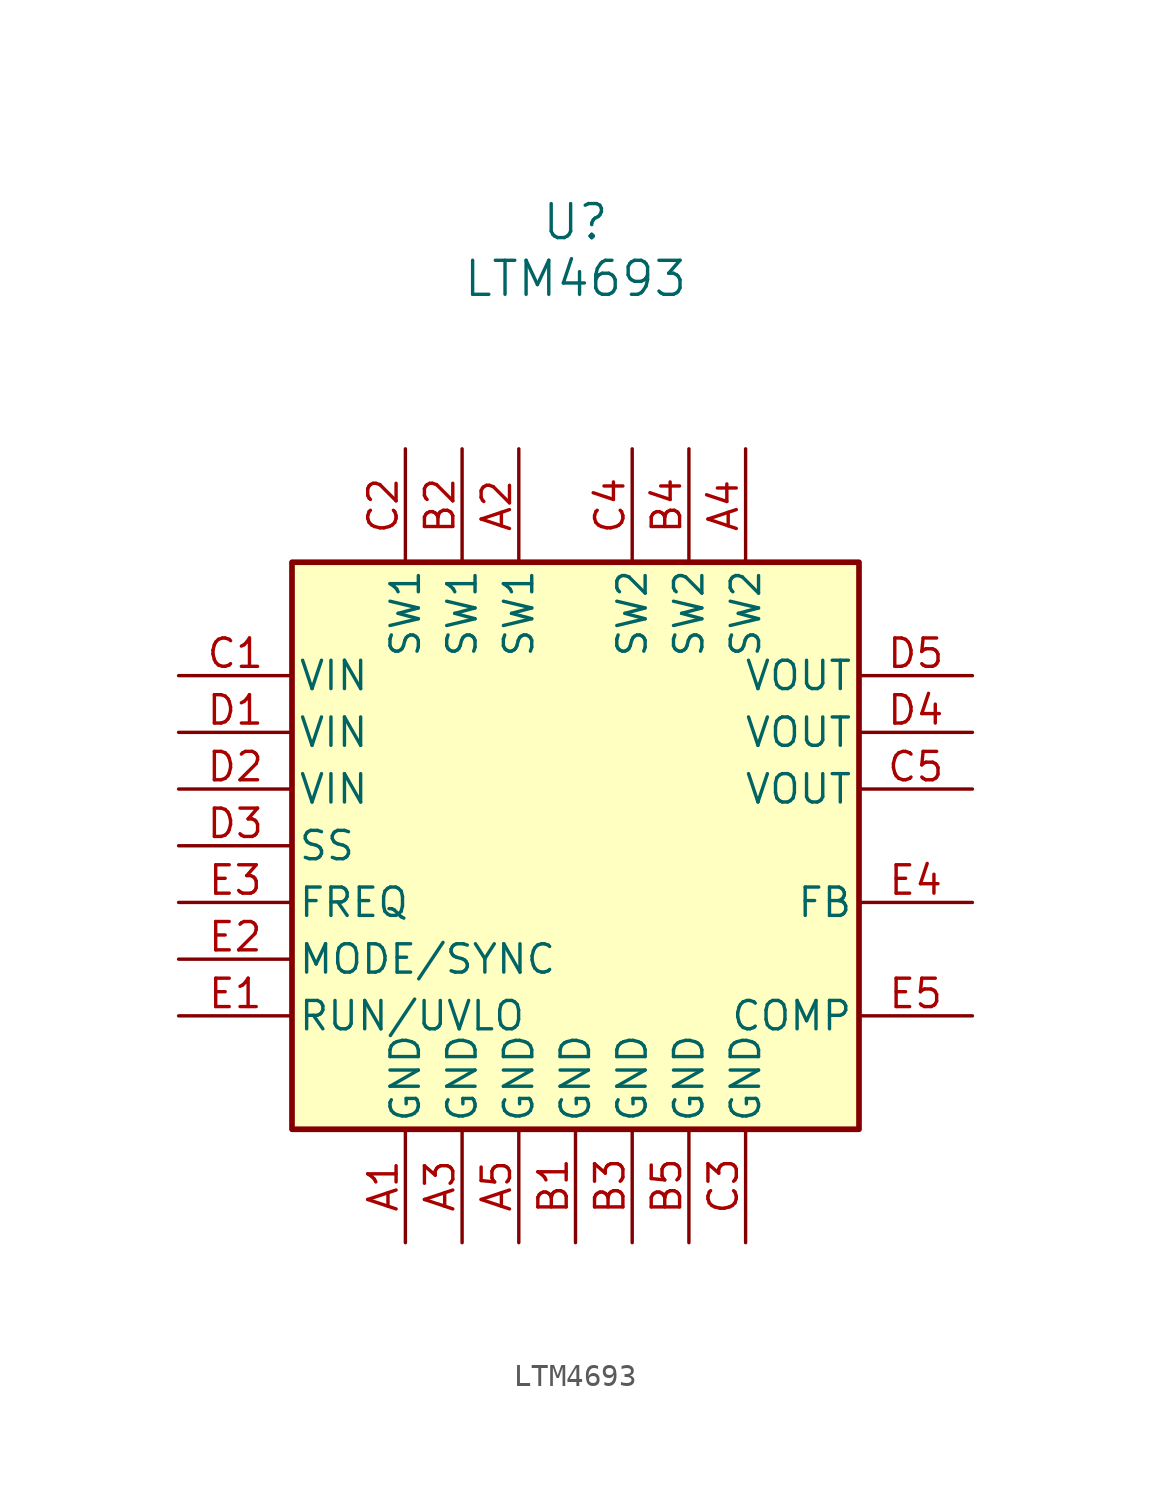
<source format=kicad_sym>
(kicad_symbol_lib
  (version 20231120)
  (generator "kicad_symbol_editor")
  (generator_version "8.0")
  (symbol "LTM4693"
    (pin_names
      (offset 0.254))
    (property "Reference" "U"
      (at 0 27.94 0)
      (effects (font (size 1.524 1.524))))
    (property "Value" "LTM4693"
      (at 0 25.4 0)
      (effects (font (size 1.524 1.524))))
    (symbol "LTM4693_0_1"
      (pin power_out line (at -7.62 -17.78 90) (length 5.08) (name "GND" (effects (font (size 1.27 1.27)))) (number "A1" (effects (font (size 1.27 1.27)))))
      (pin bidirectional line (at -2.54 17.78 270) (length 5.08) (name "SW1" (effects (font (size 1.27 1.27)))) (number "A2" (effects (font (size 1.27 1.27)))))
      (pin power_out line (at -5.08 -17.78 90) (length 5.08) (name "GND" (effects (font (size 1.27 1.27)))) (number "A3" (effects (font (size 1.27 1.27)))))
      (pin bidirectional line (at 7.62 17.78 270) (length 5.08) (name "SW2" (effects (font (size 1.27 1.27)))) (number "A4" (effects (font (size 1.27 1.27)))))
      (pin power_out line (at -2.54 -17.78 90) (length 5.08) (name "GND" (effects (font (size 1.27 1.27)))) (number "A5" (effects (font (size 1.27 1.27)))))
      (pin power_out line (at 0 -17.78 90) (length 5.08) (name "GND" (effects (font (size 1.27 1.27)))) (number "B1" (effects (font (size 1.27 1.27)))))
      (pin bidirectional line (at -5.08 17.78 270) (length 5.08) (name "SW1" (effects (font (size 1.27 1.27)))) (number "B2" (effects (font (size 1.27 1.27)))))
      (pin power_out line (at 2.54 -17.78 90) (length 5.08) (name "GND" (effects (font (size 1.27 1.27)))) (number "B3" (effects (font (size 1.27 1.27)))))
      (pin bidirectional line (at 5.08 17.78 270) (length 5.08) (name "SW2" (effects (font (size 1.27 1.27)))) (number "B4" (effects (font (size 1.27 1.27)))))
      (pin power_out line (at 5.08 -17.78 90) (length 5.08) (name "GND" (effects (font (size 1.27 1.27)))) (number "B5" (effects (font (size 1.27 1.27)))))
      (pin power_in line (at -17.78 7.62 0) (length 5.08) (name "VIN" (effects (font (size 1.27 1.27)))) (number "C1" (effects (font (size 1.27 1.27)))))
      (pin bidirectional line (at -7.62 17.78 270) (length 5.08) (name "SW1" (effects (font (size 1.27 1.27)))) (number "C2" (effects (font (size 1.27 1.27)))))
      (pin power_out line (at 7.62 -17.78 90) (length 5.08) (name "GND" (effects (font (size 1.27 1.27)))) (number "C3" (effects (font (size 1.27 1.27)))))
      (pin bidirectional line (at 2.54 17.78 270) (length 5.08) (name "SW2" (effects (font (size 1.27 1.27)))) (number "C4" (effects (font (size 1.27 1.27)))))
      (pin output line (at 17.78 2.54 180) (length 5.08) (name "VOUT" (effects (font (size 1.27 1.27)))) (number "C5" (effects (font (size 1.27 1.27)))))
      (pin power_in line (at -17.78 5.08 0) (length 5.08) (name "VIN" (effects (font (size 1.27 1.27)))) (number "D1" (effects (font (size 1.27 1.27)))))
      (pin power_in line (at -17.78 2.54 0) (length 5.08) (name "VIN" (effects (font (size 1.27 1.27)))) (number "D2" (effects (font (size 1.27 1.27)))))
      (pin input line (at -17.78 0 0) (length 5.08) (name "SS" (effects (font (size 1.27 1.27)))) (number "D3" (effects (font (size 1.27 1.27)))))
      (pin output line (at 17.78 5.08 180) (length 5.08) (name "VOUT" (effects (font (size 1.27 1.27)))) (number "D4" (effects (font (size 1.27 1.27)))))
      (pin output line (at 17.78 7.62 180) (length 5.08) (name "VOUT" (effects (font (size 1.27 1.27)))) (number "D5" (effects (font (size 1.27 1.27)))))
      (pin input line (at -17.78 -7.62 0) (length 5.08) (name "RUN/UVLO" (effects (font (size 1.27 1.27)))) (number "E1" (effects (font (size 1.27 1.27)))))
      (pin unspecified line (at -17.78 -5.08 0) (length 5.08) (name "MODE/SYNC" (effects (font (size 1.27 1.27)))) (number "E2" (effects (font (size 1.27 1.27)))))
      (pin input line (at -17.78 -2.54 0) (length 5.08) (name "FREQ" (effects (font (size 1.27 1.27)))) (number "E3" (effects (font (size 1.27 1.27)))))
      (pin input line (at 17.78 -2.54 180) (length 5.08) (name "FB" (effects (font (size 1.27 1.27)))) (number "E4" (effects (font (size 1.27 1.27)))))
      (pin output line (at 17.78 -7.62 180) (length 5.08) (name "COMP" (effects (font (size 1.27 1.27)))) (number "E5" (effects (font (size 1.27 1.27))))))
    (symbol "LTM4693_1_1"
      (rectangle (start -12.7 12.7) (end 12.7 -12.7) (stroke (width 0.254) (type default)) (fill (type background))))))
</source>
